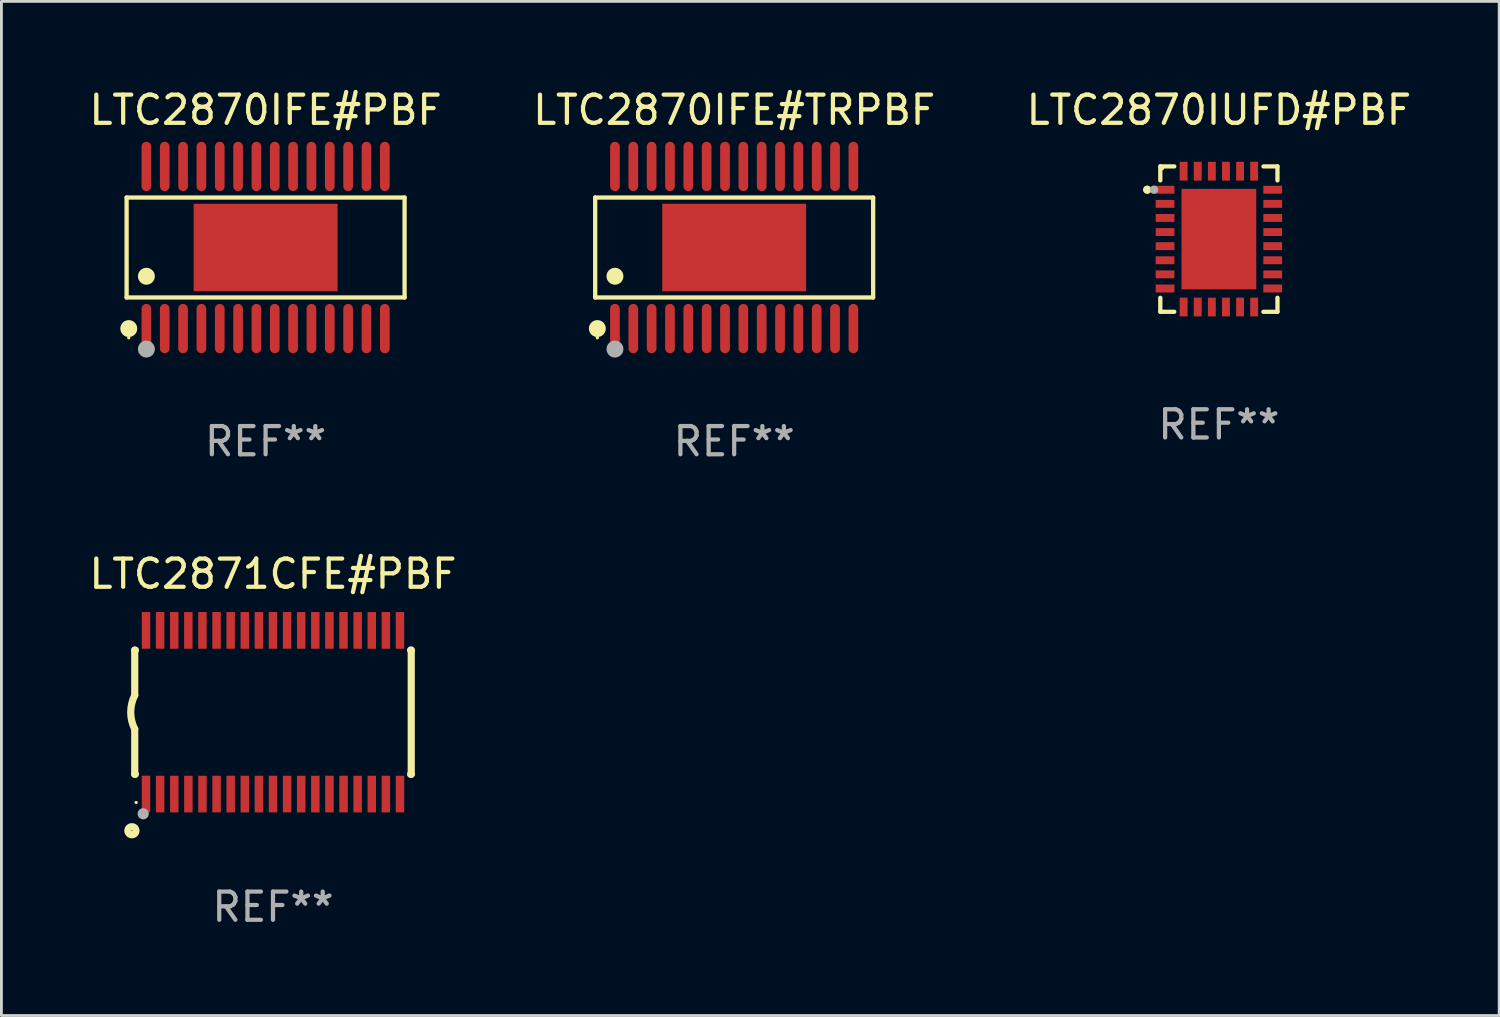
<source format=kicad_pcb>
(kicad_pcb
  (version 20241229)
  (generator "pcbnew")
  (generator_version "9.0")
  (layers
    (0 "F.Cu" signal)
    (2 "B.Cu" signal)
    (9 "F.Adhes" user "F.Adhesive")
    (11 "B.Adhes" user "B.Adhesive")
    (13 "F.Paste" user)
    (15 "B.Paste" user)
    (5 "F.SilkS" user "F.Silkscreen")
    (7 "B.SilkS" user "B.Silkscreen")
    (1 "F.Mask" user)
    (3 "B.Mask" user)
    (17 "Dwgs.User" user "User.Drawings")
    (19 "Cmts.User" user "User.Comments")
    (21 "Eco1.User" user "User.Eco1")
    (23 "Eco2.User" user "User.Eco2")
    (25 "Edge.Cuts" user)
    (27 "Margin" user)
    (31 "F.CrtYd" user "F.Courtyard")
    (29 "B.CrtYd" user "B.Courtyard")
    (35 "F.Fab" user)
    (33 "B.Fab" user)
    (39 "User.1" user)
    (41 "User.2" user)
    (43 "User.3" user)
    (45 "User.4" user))
  (footprint "LTC2870IFE#TRPBF"
    (layer "F.Cu")
    (at 22.97 5.722)
    (property "Reference" "LTC2870IFE#TRPBF" (at 0 -4.873 0) (layer "F.SilkS") (effects (font (size 1 1) (thickness 0.15))))
    (attr through_hole)
    (fp_line (start -4.926 -1.771) (end 4.926 -1.771) (stroke (width 0.152) (type solid)) (layer "F.SilkS"))
    (fp_line (start -4.926 1.771) (end -4.926 -1.771) (stroke (width 0.152) (type solid)) (layer "F.SilkS"))
    (fp_line (start 4.926 -1.771) (end 4.926 1.771) (stroke (width 0.152) (type solid)) (layer "F.SilkS"))
    (fp_line (start 4.926 1.771) (end -4.926 1.771) (stroke (width 0.152) (type solid)) (layer "F.SilkS"))
    (fp_circle (center -4.85 3.2) (end -4.82 3.2) (stroke (width 0.06) (type solid)) (fill no) (layer "F.SilkS"))
    (fp_circle (center -4.849 2.873) (end -4.699 2.873) (stroke (width 0.3) (type solid)) (fill no) (layer "F.SilkS"))
    (fp_circle (center -4.225 1.019) (end -4.075 1.019) (stroke (width 0.3) (type solid)) (fill no) (layer "F.SilkS"))
    (fp_circle (center -4.225 3.6) (end -4.075 3.6) (stroke (width 0.3) (type solid)) (fill no) (layer "F.Fab"))
    (fp_text user "REF**" (at 0 6.873 0) (layer "F.Fab") (effects (font (size 1 1) (thickness 0.15))))
    (pad "1" smd oval (at -4.225 2.873) (size 0.343 1.747) (layers "F.Cu" "F.Mask" "F.Paste"))
    (pad "2" smd oval (at -3.575 2.873) (size 0.343 1.747) (layers "F.Cu" "F.Mask" "F.Paste"))
    (pad "3" smd oval (at -2.925 2.873) (size 0.343 1.747) (layers "F.Cu" "F.Mask" "F.Paste"))
    (pad "4" smd oval (at -2.275 2.873) (size 0.343 1.747) (layers "F.Cu" "F.Mask" "F.Paste"))
    (pad "5" smd oval (at -1.625 2.873) (size 0.343 1.747) (layers "F.Cu" "F.Mask" "F.Paste"))
    (pad "6" smd oval (at -0.975 2.873) (size 0.343 1.747) (layers "F.Cu" "F.Mask" "F.Paste"))
    (pad "7" smd oval (at -0.325 2.873) (size 0.343 1.747) (layers "F.Cu" "F.Mask" "F.Paste"))
    (pad "8" smd oval (at 0.325 2.873) (size 0.343 1.747) (layers "F.Cu" "F.Mask" "F.Paste"))
    (pad "9" smd oval (at 0.975 2.873) (size 0.343 1.747) (layers "F.Cu" "F.Mask" "F.Paste"))
    (pad "10" smd oval (at 1.625 2.873) (size 0.343 1.747) (layers "F.Cu" "F.Mask" "F.Paste"))
    (pad "11" smd oval (at 2.275 2.873) (size 0.343 1.747) (layers "F.Cu" "F.Mask" "F.Paste"))
    (pad "12" smd oval (at 2.925 2.873) (size 0.343 1.747) (layers "F.Cu" "F.Mask" "F.Paste"))
    (pad "13" smd oval (at 3.575 2.873) (size 0.343 1.747) (layers "F.Cu" "F.Mask" "F.Paste"))
    (pad "14" smd oval (at 4.225 2.873) (size 0.343 1.747) (layers "F.Cu" "F.Mask" "F.Paste"))
    (pad "15" smd oval (at 4.225 -2.873) (size 0.343 1.747) (layers "F.Cu" "F.Mask" "F.Paste"))
    (pad "16" smd oval (at 3.575 -2.873) (size 0.343 1.747) (layers "F.Cu" "F.Mask" "F.Paste"))
    (pad "17" smd oval (at 2.925 -2.873) (size 0.343 1.747) (layers "F.Cu" "F.Mask" "F.Paste"))
    (pad "18" smd oval (at 2.275 -2.873) (size 0.343 1.747) (layers "F.Cu" "F.Mask" "F.Paste"))
    (pad "19" smd oval (at 1.625 -2.873) (size 0.343 1.747) (layers "F.Cu" "F.Mask" "F.Paste"))
    (pad "20" smd oval (at 0.975 -2.873) (size 0.343 1.747) (layers "F.Cu" "F.Mask" "F.Paste"))
    (pad "21" smd oval (at 0.325 -2.873) (size 0.343 1.747) (layers "F.Cu" "F.Mask" "F.Paste"))
    (pad "22" smd oval (at -0.325 -2.873) (size 0.343 1.747) (layers "F.Cu" "F.Mask" "F.Paste"))
    (pad "23" smd oval (at -0.975 -2.873) (size 0.343 1.747) (layers "F.Cu" "F.Mask" "F.Paste"))
    (pad "24" smd oval (at -1.625 -2.873) (size 0.343 1.747) (layers "F.Cu" "F.Mask" "F.Paste"))
    (pad "25" smd oval (at -2.275 -2.873) (size 0.343 1.747) (layers "F.Cu" "F.Mask" "F.Paste"))
    (pad "26" smd oval (at -2.925 -2.873) (size 0.343 1.747) (layers "F.Cu" "F.Mask" "F.Paste"))
    (pad "27" smd oval (at -3.575 -2.873) (size 0.343 1.747) (layers "F.Cu" "F.Mask" "F.Paste"))
    (pad "28" smd oval (at -4.225 -2.873) (size 0.343 1.747) (layers "F.Cu" "F.Mask" "F.Paste"))
    (pad "29" smd rect (at 0 0) (size 5.1 3.1) (layers "F.Cu" "F.Mask" "F.Paste")))
  (footprint "LTC2870IFE#PBF"
    (layer "F.Cu")
    (at 6.363 5.722)
    (property "Reference" "LTC2870IFE#PBF" (at 0 -4.873 0) (layer "F.SilkS") (effects (font (size 1 1) (thickness 0.15))))
    (attr through_hole)
    (fp_line (start -4.926 -1.771) (end 4.926 -1.771) (stroke (width 0.152) (type solid)) (layer "F.SilkS"))
    (fp_line (start -4.926 1.771) (end -4.926 -1.771) (stroke (width 0.152) (type solid)) (layer "F.SilkS"))
    (fp_line (start 4.926 -1.771) (end 4.926 1.771) (stroke (width 0.152) (type solid)) (layer "F.SilkS"))
    (fp_line (start 4.926 1.771) (end -4.926 1.771) (stroke (width 0.152) (type solid)) (layer "F.SilkS"))
    (fp_circle (center -4.85 3.2) (end -4.82 3.2) (stroke (width 0.06) (type solid)) (fill no) (layer "F.SilkS"))
    (fp_circle (center -4.849 2.873) (end -4.699 2.873) (stroke (width 0.3) (type solid)) (fill no) (layer "F.SilkS"))
    (fp_circle (center -4.225 1.019) (end -4.075 1.019) (stroke (width 0.3) (type solid)) (fill no) (layer "F.SilkS"))
    (fp_circle (center -4.225 3.6) (end -4.075 3.6) (stroke (width 0.3) (type solid)) (fill no) (layer "F.Fab"))
    (fp_text user "REF**" (at 0 6.873 0) (layer "F.Fab") (effects (font (size 1 1) (thickness 0.15))))
    (pad "1" smd oval (at -4.225 2.873) (size 0.343 1.747) (layers "F.Cu" "F.Mask" "F.Paste"))
    (pad "2" smd oval (at -3.575 2.873) (size 0.343 1.747) (layers "F.Cu" "F.Mask" "F.Paste"))
    (pad "3" smd oval (at -2.925 2.873) (size 0.343 1.747) (layers "F.Cu" "F.Mask" "F.Paste"))
    (pad "4" smd oval (at -2.275 2.873) (size 0.343 1.747) (layers "F.Cu" "F.Mask" "F.Paste"))
    (pad "5" smd oval (at -1.625 2.873) (size 0.343 1.747) (layers "F.Cu" "F.Mask" "F.Paste"))
    (pad "6" smd oval (at -0.975 2.873) (size 0.343 1.747) (layers "F.Cu" "F.Mask" "F.Paste"))
    (pad "7" smd oval (at -0.325 2.873) (size 0.343 1.747) (layers "F.Cu" "F.Mask" "F.Paste"))
    (pad "8" smd oval (at 0.325 2.873) (size 0.343 1.747) (layers "F.Cu" "F.Mask" "F.Paste"))
    (pad "9" smd oval (at 0.975 2.873) (size 0.343 1.747) (layers "F.Cu" "F.Mask" "F.Paste"))
    (pad "10" smd oval (at 1.625 2.873) (size 0.343 1.747) (layers "F.Cu" "F.Mask" "F.Paste"))
    (pad "11" smd oval (at 2.275 2.873) (size 0.343 1.747) (layers "F.Cu" "F.Mask" "F.Paste"))
    (pad "12" smd oval (at 2.925 2.873) (size 0.343 1.747) (layers "F.Cu" "F.Mask" "F.Paste"))
    (pad "13" smd oval (at 3.575 2.873) (size 0.343 1.747) (layers "F.Cu" "F.Mask" "F.Paste"))
    (pad "14" smd oval (at 4.225 2.873) (size 0.343 1.747) (layers "F.Cu" "F.Mask" "F.Paste"))
    (pad "15" smd oval (at 4.225 -2.873) (size 0.343 1.747) (layers "F.Cu" "F.Mask" "F.Paste"))
    (pad "16" smd oval (at 3.575 -2.873) (size 0.343 1.747) (layers "F.Cu" "F.Mask" "F.Paste"))
    (pad "17" smd oval (at 2.925 -2.873) (size 0.343 1.747) (layers "F.Cu" "F.Mask" "F.Paste"))
    (pad "18" smd oval (at 2.275 -2.873) (size 0.343 1.747) (layers "F.Cu" "F.Mask" "F.Paste"))
    (pad "19" smd oval (at 1.625 -2.873) (size 0.343 1.747) (layers "F.Cu" "F.Mask" "F.Paste"))
    (pad "20" smd oval (at 0.975 -2.873) (size 0.343 1.747) (layers "F.Cu" "F.Mask" "F.Paste"))
    (pad "21" smd oval (at 0.325 -2.873) (size 0.343 1.747) (layers "F.Cu" "F.Mask" "F.Paste"))
    (pad "22" smd oval (at -0.325 -2.873) (size 0.343 1.747) (layers "F.Cu" "F.Mask" "F.Paste"))
    (pad "23" smd oval (at -0.975 -2.873) (size 0.343 1.747) (layers "F.Cu" "F.Mask" "F.Paste"))
    (pad "24" smd oval (at -1.625 -2.873) (size 0.343 1.747) (layers "F.Cu" "F.Mask" "F.Paste"))
    (pad "25" smd oval (at -2.275 -2.873) (size 0.343 1.747) (layers "F.Cu" "F.Mask" "F.Paste"))
    (pad "26" smd oval (at -2.925 -2.873) (size 0.343 1.747) (layers "F.Cu" "F.Mask" "F.Paste"))
    (pad "27" smd oval (at -3.575 -2.873) (size 0.343 1.747) (layers "F.Cu" "F.Mask" "F.Paste"))
    (pad "28" smd oval (at -4.225 -2.873) (size 0.343 1.747) (layers "F.Cu" "F.Mask" "F.Paste"))
    (pad "29" smd rect (at 0 0) (size 5.1 3.1) (layers "F.Cu" "F.Mask" "F.Paste")))
  (footprint "LTC2870IUFD#PBF"
    (layer "F.Cu")
    (at 40.149 5.424)
    (property "Reference" "LTC2870IUFD#PBF" (at 0 -4.576 0) (layer "F.SilkS") (effects (font (size 1 1) (thickness 0.15))))
    (attr through_hole)
    (fp_line (start -2.076 -2.576) (end -2.076 -2.08) (stroke (width 0.152) (type solid)) (layer "F.SilkS"))
    (fp_line (start -2.076 2.576) (end -2.076 2.08) (stroke (width 0.152) (type solid)) (layer "F.SilkS"))
    (fp_line (start -1.58 -2.576) (end -2.076 -2.576) (stroke (width 0.152) (type solid)) (layer "F.SilkS"))
    (fp_line (start -1.58 2.576) (end -2.076 2.576) (stroke (width 0.152) (type solid)) (layer "F.SilkS"))
    (fp_line (start 1.58 -2.576) (end 2.076 -2.576) (stroke (width 0.152) (type solid)) (layer "F.SilkS"))
    (fp_line (start 1.58 2.576) (end 2.076 2.576) (stroke (width 0.152) (type solid)) (layer "F.SilkS"))
    (fp_line (start 2.076 -2.576) (end 2.076 -2.08) (stroke (width 0.152) (type solid)) (layer "F.SilkS"))
    (fp_line (start 2.076 2.576) (end 2.076 2.08) (stroke (width 0.152) (type solid)) (layer "F.SilkS"))
    (fp_circle (center -2.54 -1.75) (end -2.465 -1.75) (stroke (width 0.15) (type solid)) (fill no) (layer "F.SilkS"))
    (fp_circle (center -2 -2.5) (end -1.97 -2.5) (stroke (width 0.06) (type solid)) (fill no) (layer "F.SilkS"))
    (fp_circle (center -2.3 -1.75) (end -2.225 -1.75) (stroke (width 0.15) (type solid)) (fill no) (layer "F.Fab"))
    (fp_text user "REF**" (at 0 6.576 0) (layer "F.Fab") (effects (font (size 1 1) (thickness 0.15))))
    (pad "1" smd rect (at -1.908 -1.75) (size 0.665 0.28) (layers "F.Cu" "F.Mask" "F.Paste"))
    (pad "2" smd rect (at -1.908 -1.25) (size 0.665 0.28) (layers "F.Cu" "F.Mask" "F.Paste"))
    (pad "3" smd rect (at -1.908 -0.75) (size 0.665 0.28) (layers "F.Cu" "F.Mask" "F.Paste"))
    (pad "4" smd rect (at -1.908 -0.25) (size 0.665 0.28) (layers "F.Cu" "F.Mask" "F.Paste"))
    (pad "5" smd rect (at -1.908 0.25) (size 0.665 0.28) (layers "F.Cu" "F.Mask" "F.Paste"))
    (pad "6" smd rect (at -1.908 0.75) (size 0.665 0.28) (layers "F.Cu" "F.Mask" "F.Paste"))
    (pad "7" smd rect (at -1.908 1.25) (size 0.665 0.28) (layers "F.Cu" "F.Mask" "F.Paste"))
    (pad "8" smd rect (at -1.908 1.75) (size 0.665 0.28) (layers "F.Cu" "F.Mask" "F.Paste"))
    (pad "9" smd rect (at -1.25 2.407) (size 0.28 0.665) (layers "F.Cu" "F.Mask" "F.Paste"))
    (pad "10" smd rect (at -0.75 2.407) (size 0.28 0.665) (layers "F.Cu" "F.Mask" "F.Paste"))
    (pad "11" smd rect (at -0.25 2.407) (size 0.28 0.665) (layers "F.Cu" "F.Mask" "F.Paste"))
    (pad "12" smd rect (at 0.25 2.407) (size 0.28 0.665) (layers "F.Cu" "F.Mask" "F.Paste"))
    (pad "13" smd rect (at 0.75 2.407) (size 0.28 0.665) (layers "F.Cu" "F.Mask" "F.Paste"))
    (pad "14" smd rect (at 1.25 2.407) (size 0.28 0.665) (layers "F.Cu" "F.Mask" "F.Paste"))
    (pad "15" smd rect (at 1.908 1.75) (size 0.665 0.28) (layers "F.Cu" "F.Mask" "F.Paste"))
    (pad "16" smd rect (at 1.908 1.25) (size 0.665 0.28) (layers "F.Cu" "F.Mask" "F.Paste"))
    (pad "17" smd rect (at 1.908 0.75) (size 0.665 0.28) (layers "F.Cu" "F.Mask" "F.Paste"))
    (pad "18" smd rect (at 1.908 0.25) (size 0.665 0.28) (layers "F.Cu" "F.Mask" "F.Paste"))
    (pad "19" smd rect (at 1.908 -0.25) (size 0.665 0.28) (layers "F.Cu" "F.Mask" "F.Paste"))
    (pad "20" smd rect (at 1.908 -0.75) (size 0.665 0.28) (layers "F.Cu" "F.Mask" "F.Paste"))
    (pad "21" smd rect (at 1.908 -1.25) (size 0.665 0.28) (layers "F.Cu" "F.Mask" "F.Paste"))
    (pad "22" smd rect (at 1.908 -1.75) (size 0.665 0.28) (layers "F.Cu" "F.Mask" "F.Paste"))
    (pad "23" smd rect (at 1.25 -2.407) (size 0.28 0.665) (layers "F.Cu" "F.Mask" "F.Paste"))
    (pad "24" smd rect (at 0.75 -2.407) (size 0.28 0.665) (layers "F.Cu" "F.Mask" "F.Paste"))
    (pad "25" smd rect (at 0.25 -2.407) (size 0.28 0.665) (layers "F.Cu" "F.Mask" "F.Paste"))
    (pad "26" smd rect (at -0.25 -2.407) (size 0.28 0.665) (layers "F.Cu" "F.Mask" "F.Paste"))
    (pad "27" smd rect (at -0.75 -2.407) (size 0.28 0.665) (layers "F.Cu" "F.Mask" "F.Paste"))
    (pad "28" smd rect (at -1.25 -2.407) (size 0.28 0.665) (layers "F.Cu" "F.Mask" "F.Paste"))
    (pad "29" smd rect (at 0 0) (size 2.65 3.56) (layers "F.Cu" "F.Mask" "F.Paste")))
  (footprint "LTC2871CFE#PBF"
    (layer "F.Cu")
    (at 6.625 22.192)
    (property "Reference" "LTC2871CFE#PBF" (at 0 -4.901 0) (layer "F.SilkS") (effects (font (size 1 1) (thickness 0.15))))
    (attr through_hole)
    (fp_line (start -4.9 -2.2) (end -4.9 -0.6) (stroke (width 0.254) (type solid)) (layer "F.SilkS"))
    (fp_line (start -4.9 -2.2) (end -4.876 -2.2) (stroke (width 0.254) (type solid)) (layer "F.SilkS"))
    (fp_line (start -4.9 2.2) (end -4.9 0.6) (stroke (width 0.254) (type solid)) (layer "F.SilkS"))
    (fp_line (start -4.9 2.2) (end -4.877 2.2) (stroke (width 0.254) (type solid)) (layer "F.SilkS"))
    (fp_line (start 4.876 -2.2) (end 4.9 -2.2) (stroke (width 0.254) (type solid)) (layer "F.SilkS"))
    (fp_line (start 4.877 2.2) (end 4.9 2.2) (stroke (width 0.254) (type solid)) (layer "F.SilkS"))
    (fp_line (start 4.9 -2.2) (end 4.9 2.2) (stroke (width 0.254) (type solid)) (layer "F.SilkS"))
    (fp_arc (start -4.900051 0.599822) (mid -5.041652 -0.000095) (end -4.9 -0.6) (stroke (width 0.254001) (type solid)) (layer "F.SilkS"))
    (fp_circle (center -5 4.2) (end -4.857 4.2) (stroke (width 0.254) (type solid)) (fill no) (layer "F.SilkS"))
    (fp_circle (center -4.85 3.2) (end -4.82 3.2) (stroke (width 0.06) (type solid)) (fill no) (layer "F.SilkS"))
    (fp_circle (center -4.6 3.6) (end -4.5 3.6) (stroke (width 0.2) (type solid)) (fill no) (layer "F.Fab"))
    (fp_text user "REF**" (at 0 6.901 0) (layer "F.Fab") (effects (font (size 1 1) (thickness 0.15))))
    (pad "1" smd rect (at -4.501 2.899 90) (size 1.3 0.3) (layers "F.Cu" "F.Mask" "F.Paste"))
    (pad "2" smd rect (at -3.999 2.901 90) (size 1.3 0.3) (layers "F.Cu" "F.Mask" "F.Paste"))
    (pad "3" smd rect (at -3.498 2.901 90) (size 1.3 0.3) (layers "F.Cu" "F.Mask" "F.Paste"))
    (pad "4" smd rect (at -2.999 2.901 90) (size 1.3 0.3) (layers "F.Cu" "F.Mask" "F.Paste"))
    (pad "5" smd rect (at -2.499 2.901 90) (size 1.3 0.3) (layers "F.Cu" "F.Mask" "F.Paste"))
    (pad "6" smd rect (at -1.999 2.901 90) (size 1.3 0.3) (layers "F.Cu" "F.Mask" "F.Paste"))
    (pad "7" smd rect (at -1.499 2.901 90) (size 1.3 0.3) (layers "F.Cu" "F.Mask" "F.Paste"))
    (pad "8" smd rect (at -0.999 2.901 90) (size 1.3 0.3) (layers "F.Cu" "F.Mask" "F.Paste"))
    (pad "9" smd rect (at -0.499 2.901 90) (size 1.3 0.3) (layers "F.Cu" "F.Mask" "F.Paste"))
    (pad "10" smd rect (at 0.001 2.901 90) (size 1.3 0.3) (layers "F.Cu" "F.Mask" "F.Paste"))
    (pad "11" smd rect (at 0.501 2.901 90) (size 1.3 0.3) (layers "F.Cu" "F.Mask" "F.Paste"))
    (pad "12" smd rect (at 1.001 2.901 90) (size 1.3 0.3) (layers "F.Cu" "F.Mask" "F.Paste"))
    (pad "13" smd rect (at 1.501 2.901 90) (size 1.3 0.3) (layers "F.Cu" "F.Mask" "F.Paste"))
    (pad "14" smd rect (at 2.001 2.901 90) (size 1.3 0.3) (layers "F.Cu" "F.Mask" "F.Paste"))
    (pad "15" smd rect (at 2.501 2.901 90) (size 1.3 0.3) (layers "F.Cu" "F.Mask" "F.Paste"))
    (pad "16" smd rect (at 3.001 2.901 90) (size 1.3 0.3) (layers "F.Cu" "F.Mask" "F.Paste"))
    (pad "17" smd rect (at 3.501 2.901 90) (size 1.3 0.3) (layers "F.Cu" "F.Mask" "F.Paste"))
    (pad "18" smd rect (at 4.001 2.901 90) (size 1.3 0.3) (layers "F.Cu" "F.Mask" "F.Paste"))
    (pad "19" smd rect (at 4.501 2.901 90) (size 1.3 0.3) (layers "F.Cu" "F.Mask" "F.Paste"))
    (pad "20" smd rect (at 4.501 -2.899 90) (size 1.3 0.3) (layers "F.Cu" "F.Mask" "F.Paste"))
    (pad "21" smd rect (at 4.001 -2.9 90) (size 1.3 0.3) (layers "F.Cu" "F.Mask" "F.Paste"))
    (pad "22" smd rect (at 3.501 -2.899 90) (size 1.3 0.3) (layers "F.Cu" "F.Mask" "F.Paste"))
    (pad "23" smd rect (at 3.002 -2.899 90) (size 1.3 0.3) (layers "F.Cu" "F.Mask" "F.Paste"))
    (pad "24" smd rect (at 2.499 -2.901 90) (size 1.3 0.3) (layers "F.Cu" "F.Mask" "F.Paste"))
    (pad "25" smd rect (at 2 -2.9 90) (size 1.3 0.3) (layers "F.Cu" "F.Mask" "F.Paste"))
    (pad "26" smd rect (at 1.5 -2.9 90) (size 1.3 0.3) (layers "F.Cu" "F.Mask" "F.Paste"))
    (pad "27" smd rect (at 1 -2.9 90) (size 1.3 0.3) (layers "F.Cu" "F.Mask" "F.Paste"))
    (pad "28" smd rect (at 0.5 -2.9 90) (size 1.3 0.3) (layers "F.Cu" "F.Mask" "F.Paste"))
    (pad "29" smd rect (at 0.000127 -2.9 90) (size 1.3 0.3) (layers "F.Cu" "F.Mask" "F.Paste"))
    (pad "30" smd rect (at -0.5 -2.9 90) (size 1.3 0.3) (layers "F.Cu" "F.Mask" "F.Paste"))
    (pad "31" smd rect (at -1 -2.9 90) (size 1.3 0.3) (layers "F.Cu" "F.Mask" "F.Paste"))
    (pad "32" smd rect (at -1.5 -2.9 90) (size 1.3 0.3) (layers "F.Cu" "F.Mask" "F.Paste"))
    (pad "33" smd rect (at -2 -2.9 90) (size 1.3 0.3) (layers "F.Cu" "F.Mask" "F.Paste"))
    (pad "34" smd rect (at -2.5 -2.9 90) (size 1.3 0.3) (layers "F.Cu" "F.Mask" "F.Paste"))
    (pad "35" smd rect (at -3 -2.9 90) (size 1.3 0.3) (layers "F.Cu" "F.Mask" "F.Paste"))
    (pad "36" smd rect (at -3.5 -2.9 90) (size 1.3 0.3) (layers "F.Cu" "F.Mask" "F.Paste"))
    (pad "37" smd rect (at -4 -2.9 90) (size 1.3 0.3) (layers "F.Cu" "F.Mask" "F.Paste"))
    (pad "38" smd rect (at -4.5 -2.9 90) (size 1.3 0.3) (layers "F.Cu" "F.Mask" "F.Paste")))
  (gr_rect
    (start -3 -3)
    (end 50.083 32.942)
    (stroke (width 0.1) (type default))
    (fill no)
    (layer "Edge.Cuts")))
</source>
